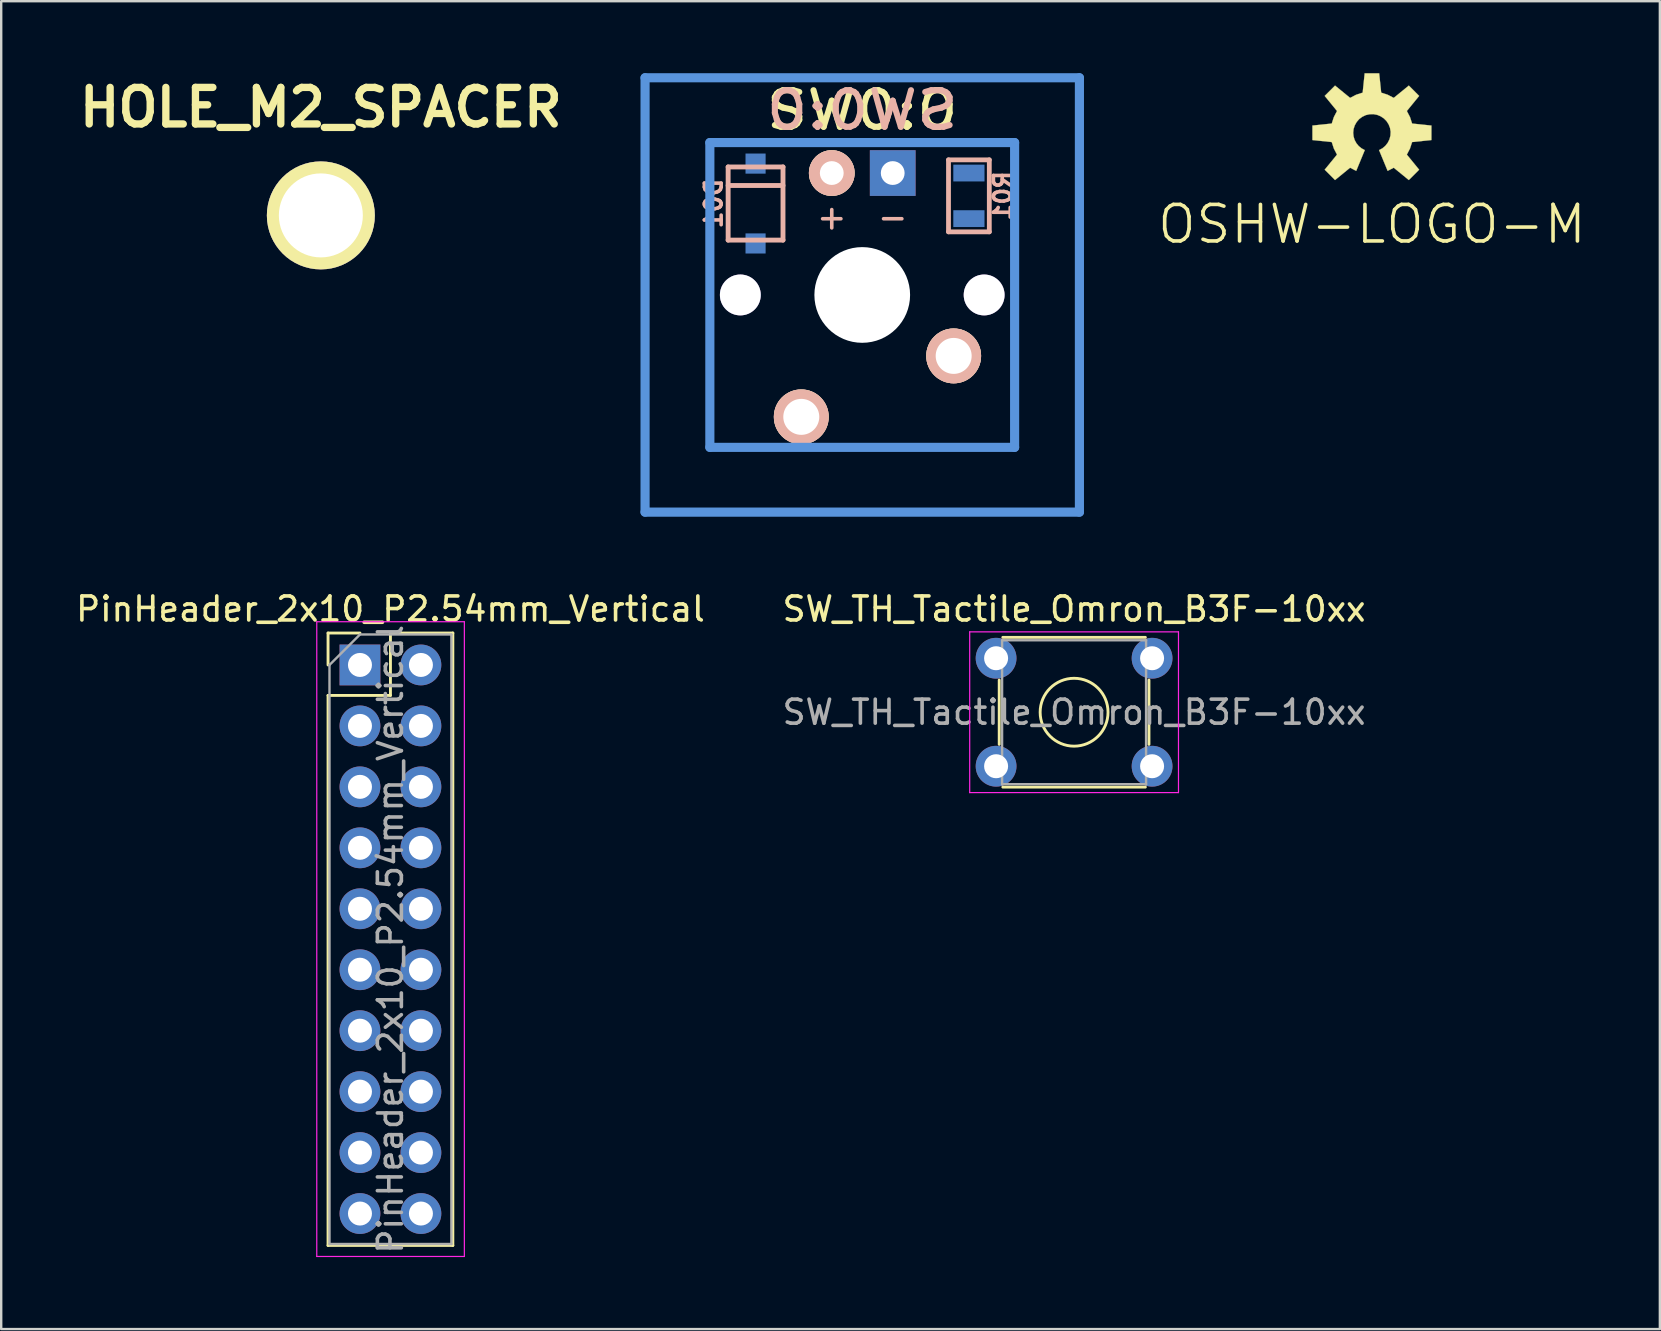
<source format=kicad_pcb>
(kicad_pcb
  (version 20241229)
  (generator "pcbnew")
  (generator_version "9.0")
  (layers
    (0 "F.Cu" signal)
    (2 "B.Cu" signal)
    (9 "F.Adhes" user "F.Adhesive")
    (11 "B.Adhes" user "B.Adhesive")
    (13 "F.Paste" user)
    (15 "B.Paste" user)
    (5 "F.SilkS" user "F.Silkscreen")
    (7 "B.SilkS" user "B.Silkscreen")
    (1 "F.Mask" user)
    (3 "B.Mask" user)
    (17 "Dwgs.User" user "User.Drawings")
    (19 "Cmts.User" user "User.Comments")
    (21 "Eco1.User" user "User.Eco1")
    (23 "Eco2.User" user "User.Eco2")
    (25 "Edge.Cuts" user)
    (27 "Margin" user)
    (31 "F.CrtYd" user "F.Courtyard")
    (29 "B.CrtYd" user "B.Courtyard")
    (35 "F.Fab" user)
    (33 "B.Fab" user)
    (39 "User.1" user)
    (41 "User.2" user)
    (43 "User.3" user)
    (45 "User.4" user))
  (footprint "OSHW-LOGO-M"
    (layer "F.Cu")
    (at 54.119 2.484)
    (property "Reference" "OSHW-LOGO-M" (at 0 3.81 0) (layer "F.SilkS") (effects (font (size 1.524 1.524) (thickness 0.15))))
    (attr exclude_from_pos_files exclude_from_bom)
    (fp_poly (pts (xy 0.655 1.587) (xy 0.909 1.455) (xy 1.537 1.968) (xy 1.968 1.537) (xy 1.455 0.909) (xy 1.587 0.655) (xy 1.674 0.386) (xy 2.479 0.302) (xy 2.479 -0.302) (xy 1.674 -0.386) (xy 1.587 -0.655) (xy 1.455 -0.909) (xy 1.968 -1.537) (xy 1.537 -1.968) (xy 0.909 -1.455) (xy 0.655 -1.587) (xy 0.386 -1.674) (xy 0.302 -2.479) (xy -0.302 -2.479) (xy -0.386 -1.674) (xy -0.655 -1.587) (xy -0.909 -1.455) (xy -1.537 -1.968) (xy -1.968 -1.537) (xy -1.455 -0.909) (xy -1.587 -0.655) (xy -1.674 -0.386) (xy -2.479 -0.302) (xy -2.479 0.302) (xy -1.674 0.386) (xy -1.587 0.655) (xy -1.455 0.909) (xy -1.968 1.537) (xy -1.537 1.968) (xy -0.909 1.455) (xy -0.655 1.587) (xy -0.297 0.721) (xy -0.432 0.648) (xy -0.551 0.551) (xy -0.648 0.432) (xy -0.721 0.297) (xy -0.765 0.152) (xy -0.78 0) (xy -0.765 -0.157) (xy -0.714 -0.312) (xy -0.635 -0.45) (xy -0.531 -0.572) (xy -0.401 -0.668) (xy -0.257 -0.737) (xy -0.102 -0.772) (xy 0.056 -0.777) (xy 0.216 -0.749) (xy 0.363 -0.688) (xy 0.498 -0.599) (xy 0.61 -0.485) (xy 0.696 -0.351) (xy 0.754 -0.201) (xy 0.78 -0.043) (xy 0.772 0.114) (xy 0.732 0.269) (xy 0.66 0.414) (xy 0.561 0.541) (xy 0.439 0.645) (xy 0.297 0.721)) (stroke (width 0.01) (type solid)) (fill yes) (layer "F.SilkS")))
  (footprint "PinHeader_2x10_P2.54mm_Vertical"
    (layer "F.Cu")
    (at 13.22 36.089)
    (property "Reference" "PinHeader_2x10_P2.54mm_Vertical" (at 0 -13.76 0) (layer "F.SilkS") (effects (font (size 1 1) (thickness 0.15))))
    (attr through_hole)
    (fp_line (start -2.6 -12.76) (end -1.27 -12.76) (stroke (width 0.12) (type solid)) (layer "F.SilkS"))
    (fp_line (start -2.6 -11.43) (end -2.6 -12.76) (stroke (width 0.12) (type solid)) (layer "F.SilkS"))
    (fp_line (start -2.6 -10.16) (end -2.6 12.76) (stroke (width 0.12) (type solid)) (layer "F.SilkS"))
    (fp_line (start -2.6 -10.16) (end 0 -10.16) (stroke (width 0.12) (type solid)) (layer "F.SilkS"))
    (fp_line (start -2.6 12.76) (end 2.6 12.76) (stroke (width 0.12) (type solid)) (layer "F.SilkS"))
    (fp_line (start 0 -12.76) (end 2.6 -12.76) (stroke (width 0.12) (type solid)) (layer "F.SilkS"))
    (fp_line (start 0 -10.16) (end 0 -12.76) (stroke (width 0.12) (type solid)) (layer "F.SilkS"))
    (fp_line (start 2.6 -12.76) (end 2.6 12.76) (stroke (width 0.12) (type solid)) (layer "F.SilkS"))
    (fp_line (start -3.07 -13.23) (end -3.07 13.22) (stroke (width 0.05) (type solid)) (layer "F.CrtYd"))
    (fp_line (start -3.07 13.22) (end 3.08 13.22) (stroke (width 0.05) (type solid)) (layer "F.CrtYd"))
    (fp_line (start 3.08 -13.23) (end -3.07 -13.23) (stroke (width 0.05) (type solid)) (layer "F.CrtYd"))
    (fp_line (start 3.08 13.22) (end 3.08 -13.23) (stroke (width 0.05) (type solid)) (layer "F.CrtYd"))
    (fp_line (start -2.54 -11.43) (end -1.27 -12.7) (stroke (width 0.1) (type solid)) (layer "F.Fab"))
    (fp_line (start -2.54 12.7) (end -2.54 -11.43) (stroke (width 0.1) (type solid)) (layer "F.Fab"))
    (fp_line (start -1.27 -12.7) (end 2.54 -12.7) (stroke (width 0.1) (type solid)) (layer "F.Fab"))
    (fp_line (start 2.54 -12.7) (end 2.54 12.7) (stroke (width 0.1) (type solid)) (layer "F.Fab"))
    (fp_line (start 2.54 12.7) (end -2.54 12.7) (stroke (width 0.1) (type solid)) (layer "F.Fab"))
    (fp_text user "${REFERENCE}" (at 0 0 90) (layer "F.Fab") (effects (font (size 1 1) (thickness 0.15))))
    (pad "1" thru_hole rect (at -1.27 -11.43) (size 1.7 1.7) (drill 1) (layers "*.Cu" "*.Mask"))
    (pad "2" thru_hole oval (at 1.27 -11.43) (size 1.7 1.7) (drill 1) (layers "*.Cu" "*.Mask"))
    (pad "3" thru_hole oval (at -1.27 -8.89) (size 1.7 1.7) (drill 1) (layers "*.Cu" "*.Mask"))
    (pad "4" thru_hole oval (at 1.27 -8.89) (size 1.7 1.7) (drill 1) (layers "*.Cu" "*.Mask"))
    (pad "5" thru_hole oval (at -1.27 -6.35) (size 1.7 1.7) (drill 1) (layers "*.Cu" "*.Mask"))
    (pad "6" thru_hole oval (at 1.27 -6.35) (size 1.7 1.7) (drill 1) (layers "*.Cu" "*.Mask"))
    (pad "7" thru_hole oval (at -1.27 -3.81) (size 1.7 1.7) (drill 1) (layers "*.Cu" "*.Mask"))
    (pad "8" thru_hole oval (at 1.27 -3.81) (size 1.7 1.7) (drill 1) (layers "*.Cu" "*.Mask"))
    (pad "9" thru_hole oval (at -1.27 -1.27) (size 1.7 1.7) (drill 1) (layers "*.Cu" "*.Mask"))
    (pad "10" thru_hole oval (at 1.27 -1.27) (size 1.7 1.7) (drill 1) (layers "*.Cu" "*.Mask"))
    (pad "11" thru_hole oval (at -1.27 1.27) (size 1.7 1.7) (drill 1) (layers "*.Cu" "*.Mask"))
    (pad "12" thru_hole oval (at 1.27 1.27) (size 1.7 1.7) (drill 1) (layers "*.Cu" "*.Mask"))
    (pad "13" thru_hole oval (at -1.27 3.81) (size 1.7 1.7) (drill 1) (layers "*.Cu" "*.Mask"))
    (pad "14" thru_hole oval (at 1.27 3.81) (size 1.7 1.7) (drill 1) (layers "*.Cu" "*.Mask"))
    (pad "15" thru_hole oval (at -1.27 6.35) (size 1.7 1.7) (drill 1) (layers "*.Cu" "*.Mask"))
    (pad "16" thru_hole oval (at 1.27 6.35) (size 1.7 1.7) (drill 1) (layers "*.Cu" "*.Mask"))
    (pad "17" thru_hole oval (at -1.27 8.89) (size 1.7 1.7) (drill 1) (layers "*.Cu" "*.Mask"))
    (pad "18" thru_hole oval (at 1.27 8.89) (size 1.7 1.7) (drill 1) (layers "*.Cu" "*.Mask"))
    (pad "19" thru_hole oval (at -1.27 11.43) (size 1.7 1.7) (drill 1) (layers "*.Cu" "*.Mask"))
    (pad "20" thru_hole oval (at 1.27 11.43) (size 1.7 1.7) (drill 1) (layers "*.Cu" "*.Mask")))
  (footprint "SW_TH_Tactile_Omron_B3F-10xx"
    (layer "F.Cu")
    (at 38.458 24.379)
    (property "Reference" "SW_TH_Tactile_Omron_B3F-10xx" (at 3.25 -2.05 0) (layer "F.SilkS") (effects (font (size 1 1) (thickness 0.15))))
    (attr through_hole)
    (fp_line (start 0.13 3.59) (end 0.13 0.91) (stroke (width 0.12) (type solid)) (layer "F.SilkS"))
    (fp_line (start 0.28 -0.87) (end 6.22 -0.87) (stroke (width 0.12) (type solid)) (layer "F.SilkS"))
    (fp_line (start 0.28 5.37) (end 6.22 5.37) (stroke (width 0.12) (type solid)) (layer "F.SilkS"))
    (fp_line (start 6.37 0.91) (end 6.37 3.59) (stroke (width 0.12) (type solid)) (layer "F.SilkS"))
    (fp_circle (center 3.25 2.25) (end 4.25 3.25) (stroke (width 0.12) (type solid)) (fill no) (layer "F.SilkS"))
    (fp_line (start -1.1 -1.1) (end -1.1 5.6) (stroke (width 0.05) (type solid)) (layer "F.CrtYd"))
    (fp_line (start -1.1 -1.1) (end 7.6 -1.1) (stroke (width 0.05) (type solid)) (layer "F.CrtYd"))
    (fp_line (start -1.1 5.6) (end 7.6 5.6) (stroke (width 0.05) (type solid)) (layer "F.CrtYd"))
    (fp_line (start 7.6 5.6) (end 7.6 -1.1) (stroke (width 0.05) (type solid)) (layer "F.CrtYd"))
    (fp_line (start 0.25 -0.75) (end 0.25 5.25) (stroke (width 0.1) (type solid)) (layer "F.Fab"))
    (fp_line (start 0.25 -0.75) (end 6.25 -0.75) (stroke (width 0.1) (type solid)) (layer "F.Fab"))
    (fp_line (start 0.25 5.25) (end 6.25 5.25) (stroke (width 0.1) (type solid)) (layer "F.Fab"))
    (fp_line (start 6.25 -0.75) (end 6.25 5.25) (stroke (width 0.1) (type solid)) (layer "F.Fab"))
    (fp_text user "${REFERENCE}" (at 3.25 2.25 0) (layer "F.Fab") (effects (font (size 1 1) (thickness 0.15))))
    (pad "1" thru_hole circle (at 0 0) (size 1.7 1.7) (drill 1) (layers "*.Cu" "*.Mask"))
    (pad "1" thru_hole circle (at 6.5 0) (size 1.7 1.7) (drill 1) (layers "*.Cu" "*.Mask"))
    (pad "2" thru_hole circle (at 0 4.5) (size 1.7 1.7) (drill 1) (layers "*.Cu" "*.Mask"))
    (pad "2" thru_hole circle (at 6.5 4.5) (size 1.7 1.7) (drill 1) (layers "*.Cu" "*.Mask")))
  (footprint "MX"
    (layer "F.Cu")
    (at 32.88 9.241)
    (property "Reference" "MX" (at 0 0 0) (layer "F.SilkS") (effects (font (size 1.27 1.27) (thickness 0.15))))
    (attr through_hole)
    (fp_line (start -5.588 -5.334) (end -3.302 -5.334) (stroke (width 0.203) (type solid)) (layer "B.SilkS"))
    (fp_line (start -5.588 -4.56) (end -3.302 -4.56) (stroke (width 0.203) (type solid)) (layer "B.SilkS"))
    (fp_line (start -5.588 -2.286) (end -5.588 -5.334) (stroke (width 0.203) (type solid)) (layer "B.SilkS"))
    (fp_line (start -3.302 -5.334) (end -3.302 -2.286) (stroke (width 0.203) (type solid)) (layer "B.SilkS"))
    (fp_line (start -3.302 -2.286) (end -5.588 -2.286) (stroke (width 0.203) (type solid)) (layer "B.SilkS"))
    (fp_line (start 3.595 -5.63) (end 3.595 -2.63) (stroke (width 0.2) (type solid)) (layer "B.SilkS"))
    (fp_line (start 3.595 -5.63) (end 5.295 -5.63) (stroke (width 0.2) (type solid)) (layer "B.SilkS"))
    (fp_line (start 3.595 -2.63) (end 5.295 -2.63) (stroke (width 0.2) (type solid)) (layer "B.SilkS"))
    (fp_line (start 5.295 -5.63) (end 5.295 -2.63) (stroke (width 0.2) (type solid)) (layer "B.SilkS"))
    (fp_line (start -9.05 -9.05) (end 9.05 -9.05) (stroke (width 0.381) (type solid)) (layer "Cmts.User"))
    (fp_line (start -9.05 9.05) (end -9.05 -9.05) (stroke (width 0.381) (type solid)) (layer "Cmts.User"))
    (fp_line (start -6.35 -6.35) (end 6.35 -6.35) (stroke (width 0.381) (type solid)) (layer "Cmts.User"))
    (fp_line (start -6.35 6.35) (end -6.35 -6.35) (stroke (width 0.381) (type solid)) (layer "Cmts.User"))
    (fp_line (start 6.35 -6.35) (end 6.35 6.35) (stroke (width 0.381) (type solid)) (layer "Cmts.User"))
    (fp_line (start 6.35 6.35) (end -6.35 6.35) (stroke (width 0.381) (type solid)) (layer "Cmts.User"))
    (fp_line (start 9.05 -9.05) (end 9.05 9.05) (stroke (width 0.381) (type solid)) (layer "Cmts.User"))
    (fp_line (start 9.05 9.05) (end -9.05 9.05) (stroke (width 0.381) (type solid)) (layer "Cmts.User"))
    (fp_text user "SW0:0" (at 0 -7.7 0) (layer "F.SilkS") (effects (font (size 1.524 1.778) (thickness 0.254))))
    (fp_text user "R01" (at 5.85 -4.13 270) (layer "B.SilkS") (effects (font (size 0.7 0.7) (thickness 0.15)) (justify mirror)))
    (fp_text user "D01" (at -6.195 -3.81 90) (layer "B.SilkS") (effects (font (size 0.7 0.7) (thickness 0.15)) (justify mirror)))
    (fp_text user "-" (at 1.27 -3.25 0) (layer "B.SilkS") (effects (font (size 1 1) (thickness 0.15)) (justify mirror)))
    (fp_text user "SW0:0" (at 0 -7.7 0) (layer "B.SilkS") (effects (font (size 1.524 1.778) (thickness 0.254)) (justify mirror)))
    (fp_text user "+" (at -1.27 -3.25 0) (layer "B.SilkS") (effects (font (size 1 1) (thickness 0.15)) (justify mirror)))
    (pad "" np_thru_hole circle (at 0 0) (size 3.988 3.988) (drill 3.988) (layers "*.Cu"))
    (pad "0" thru_hole circle (at -5.08 0) (size 1.702 1.702) (drill 1.702) (layers "*.Cu"))
    (pad "0" thru_hole circle (at 5.08 0) (size 1.702 1.702) (drill 1.702) (layers "*.Cu"))
    (pad "1" smd rect (at -4.445 -2.146 90) (size 0.838 0.838) (layers "B.Cu" "B.Mask" "B.Paste"))
    (pad "1" thru_hole circle (at -2.54 5.08) (size 2.286 2.286) (drill 1.499) (layers "*.Cu" "*.SilkS" "*.Mask"))
    (pad "1" thru_hole rect (at 1.27 -5.08) (size 1.905 1.905) (drill 0.991) (layers "*.Cu" "*.Mask"))
    (pad "1" smd rect (at 4.445 -5.08) (size 1.3 0.7) (layers "B.Cu" "B.Mask" "B.Paste"))
    (pad "2" smd rect (at -4.445 -5.474 90) (size 0.838 0.838) (layers "B.Cu" "B.Mask" "B.Paste"))
    (pad "2" thru_hole circle (at -1.27 -5.08) (size 1.905 1.905) (drill 0.991) (layers "*.Cu" "*.SilkS" "*.Mask"))
    (pad "2" thru_hole circle (at 3.81 2.54) (size 2.286 2.286) (drill 1.499) (layers "*.Cu" "*.SilkS" "*.Mask"))
    (pad "2" smd rect (at 4.445 -3.18) (size 1.3 0.7) (layers "B.Cu" "B.Mask" "B.Paste")))
  (footprint "HOLE_M2_SPACER"
    (layer "F.Cu")
    (at 10.32 5.926)
    (property "Reference" "HOLE_M2_SPACER" (at 0 -4.5 0) (layer "F.SilkS") (effects (font (size 1.524 1.524) (thickness 0.305))))
    (attr through_hole)
    (pad "1" thru_hole circle (at 0 0) (size 4.5 4.5) (drill 3.5) (layers "*.Cu" "*.Mask" "F.SilkS")))
  (gr_rect
    (start -3 -3)
    (end 66.118 52.334)
    (stroke (width 0.1) (type default))
    (fill no)
    (layer "Edge.Cuts")))
</source>
